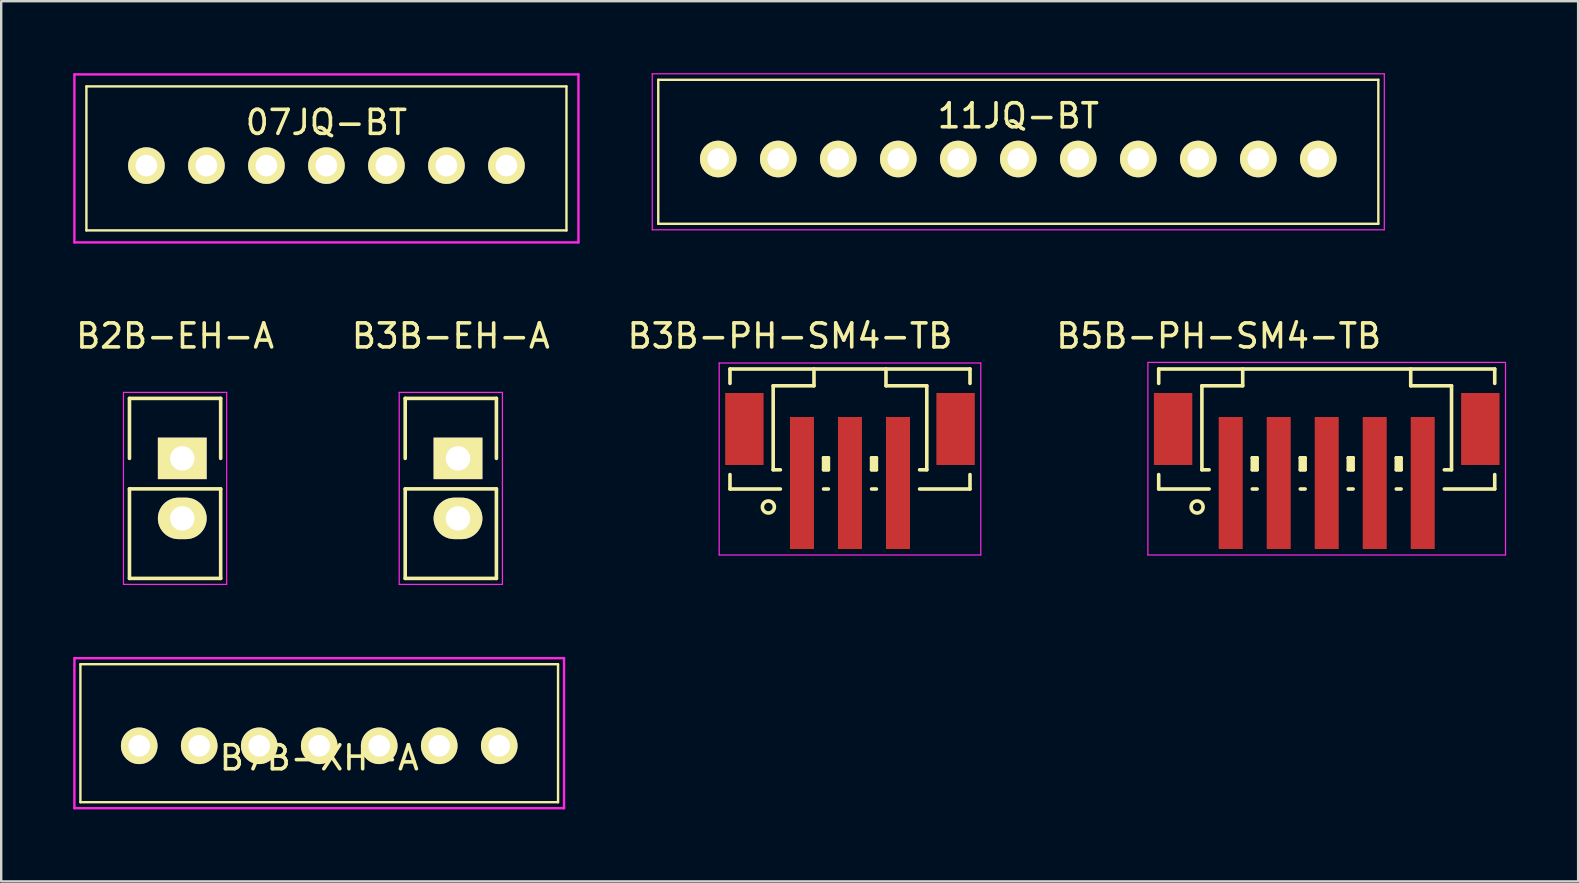
<source format=kicad_pcb>
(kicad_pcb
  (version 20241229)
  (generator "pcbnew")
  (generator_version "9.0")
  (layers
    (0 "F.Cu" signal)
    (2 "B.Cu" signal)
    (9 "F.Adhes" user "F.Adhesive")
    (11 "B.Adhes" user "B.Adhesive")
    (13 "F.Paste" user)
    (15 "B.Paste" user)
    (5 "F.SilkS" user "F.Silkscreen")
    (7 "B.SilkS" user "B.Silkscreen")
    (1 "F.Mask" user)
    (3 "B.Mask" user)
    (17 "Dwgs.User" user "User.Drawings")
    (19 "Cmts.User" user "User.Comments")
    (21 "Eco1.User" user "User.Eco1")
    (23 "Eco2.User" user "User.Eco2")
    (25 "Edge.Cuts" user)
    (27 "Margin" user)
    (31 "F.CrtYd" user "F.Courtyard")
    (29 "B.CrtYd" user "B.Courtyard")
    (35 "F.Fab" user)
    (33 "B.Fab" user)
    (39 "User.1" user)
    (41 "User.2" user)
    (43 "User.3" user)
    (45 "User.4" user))
  (footprint "B3B-PH-SM4-TB"
    (layer "F.Cu")
    (at 32.363 14.823)
    (property "Reference" "B3B-PH-SM4-TB" (at -2.5 -3.875 0) (layer "F.SilkS") (effects (font (size 1 1) (thickness 0.15))))
    (attr smd)
    (fp_line (start -5 -2.5) (end 5 -2.5) (stroke (width 0.15) (type solid)) (layer "F.SilkS"))
    (fp_line (start -5 -1.9) (end -5 -2.5) (stroke (width 0.15) (type solid)) (layer "F.SilkS"))
    (fp_line (start -5 1.9) (end -5 2.5) (stroke (width 0.15) (type solid)) (layer "F.SilkS"))
    (fp_line (start -5 2.5) (end -2.9 2.5) (stroke (width 0.15) (type solid)) (layer "F.SilkS"))
    (fp_line (start -3.2 -1.8) (end -3.2 1.7) (stroke (width 0.15) (type solid)) (layer "F.SilkS"))
    (fp_line (start -3.2 1.7) (end -2.9 1.7) (stroke (width 0.15) (type solid)) (layer "F.SilkS"))
    (fp_line (start -1.5 -2.5) (end -1.5 -1.8) (stroke (width 0.15) (type solid)) (layer "F.SilkS"))
    (fp_line (start -1.5 -1.8) (end -3.2 -1.8) (stroke (width 0.15) (type solid)) (layer "F.SilkS"))
    (fp_line (start -1.1 1.2) (end -0.9 1.2) (stroke (width 0.15) (type solid)) (layer "F.SilkS"))
    (fp_line (start -1.1 1.7) (end -1.1 1.2) (stroke (width 0.15) (type solid)) (layer "F.SilkS"))
    (fp_line (start -1.1 1.7) (end -0.9 1.7) (stroke (width 0.15) (type solid)) (layer "F.SilkS"))
    (fp_line (start -1.1 2.5) (end -0.9 2.5) (stroke (width 0.15) (type solid)) (layer "F.SilkS"))
    (fp_line (start -1 1.7) (end -1 1.2) (stroke (width 0.15) (type solid)) (layer "F.SilkS"))
    (fp_line (start -0.9 1.2) (end -0.9 1.7) (stroke (width 0.15) (type solid)) (layer "F.SilkS"))
    (fp_line (start 0.9 1.2) (end 1.1 1.2) (stroke (width 0.15) (type solid)) (layer "F.SilkS"))
    (fp_line (start 0.9 1.7) (end 0.9 1.2) (stroke (width 0.15) (type solid)) (layer "F.SilkS"))
    (fp_line (start 0.9 1.7) (end 1.1 1.7) (stroke (width 0.15) (type solid)) (layer "F.SilkS"))
    (fp_line (start 0.9 2.5) (end 1.1 2.5) (stroke (width 0.15) (type solid)) (layer "F.SilkS"))
    (fp_line (start 1 1.7) (end 1 1.2) (stroke (width 0.15) (type solid)) (layer "F.SilkS"))
    (fp_line (start 1.1 1.2) (end 1.1 1.7) (stroke (width 0.15) (type solid)) (layer "F.SilkS"))
    (fp_line (start 1.5 -2.5) (end 1.5 -1.8) (stroke (width 0.15) (type solid)) (layer "F.SilkS"))
    (fp_line (start 1.5 -1.8) (end 3.2 -1.8) (stroke (width 0.15) (type solid)) (layer "F.SilkS"))
    (fp_line (start 3.2 -1.8) (end 3.2 1.7) (stroke (width 0.15) (type solid)) (layer "F.SilkS"))
    (fp_line (start 3.2 1.7) (end 2.9 1.7) (stroke (width 0.15) (type solid)) (layer "F.SilkS"))
    (fp_line (start 5 -2.5) (end 5 -1.9) (stroke (width 0.15) (type solid)) (layer "F.SilkS"))
    (fp_line (start 5 1.9) (end 5 2.5) (stroke (width 0.15) (type solid)) (layer "F.SilkS"))
    (fp_line (start 5 2.5) (end 2.9 2.5) (stroke (width 0.15) (type solid)) (layer "F.SilkS"))
    (fp_circle (center -3.4 3.25) (end -3.15 3.25) (stroke (width 0.15) (type solid)) (fill no) (layer "F.SilkS"))
    (fp_line (start -5.45 -2.75) (end 5.45 -2.75) (stroke (width 0.05) (type solid)) (layer "F.CrtYd"))
    (fp_line (start -5.45 5.25) (end -5.45 -2.75) (stroke (width 0.05) (type solid)) (layer "F.CrtYd"))
    (fp_line (start 5.45 -2.75) (end 5.45 5.25) (stroke (width 0.05) (type solid)) (layer "F.CrtYd"))
    (fp_line (start 5.45 5.25) (end -5.45 5.25) (stroke (width 0.05) (type solid)) (layer "F.CrtYd"))
    (pad "" smd rect (at -4.4 0) (size 1.6 3) (layers "F.Cu" "F.Mask" "F.Paste"))
    (pad "" smd rect (at 4.4 0) (size 1.6 3) (layers "F.Cu" "F.Mask" "F.Paste"))
    (pad "1" smd rect (at -2 2.25) (size 1 5.5) (layers "F.Cu" "F.Mask" "F.Paste"))
    (pad "2" smd rect (at 0 2.25) (size 1 5.5) (layers "F.Cu" "F.Mask" "F.Paste"))
    (pad "3" smd rect (at 2 2.25) (size 1 5.5) (layers "F.Cu" "F.Mask" "F.Paste")))
  (footprint "B7B-XH-A"
    (layer "F.Cu")
    (at 10.25 27.498)
    (property "Reference" "B7B-XH-A" (at 0 1.025 0) (layer "F.SilkS") (effects (font (size 1 1) (thickness 0.15))))
    (attr through_hole)
    (fp_line (start -9.95 -2.875) (end 9.95 -2.875) (stroke (width 0.1) (type solid)) (layer "F.SilkS"))
    (fp_line (start -9.95 2.875) (end -9.95 -2.875) (stroke (width 0.1) (type solid)) (layer "F.SilkS"))
    (fp_line (start 9.95 -2.875) (end 9.95 2.875) (stroke (width 0.1) (type solid)) (layer "F.SilkS"))
    (fp_line (start 9.95 2.875) (end -9.95 2.875) (stroke (width 0.1) (type solid)) (layer "F.SilkS"))
    (fp_line (start -10.2 -3.125) (end 10.2 -3.125) (stroke (width 0.1) (type solid)) (layer "F.CrtYd"))
    (fp_line (start -10.2 3.125) (end -10.2 -3.125) (stroke (width 0.1) (type solid)) (layer "F.CrtYd"))
    (fp_line (start 10.2 -3.125) (end 10.2 3.125) (stroke (width 0.1) (type solid)) (layer "F.CrtYd"))
    (fp_line (start 10.2 3.125) (end -10.2 3.125) (stroke (width 0.1) (type solid)) (layer "F.CrtYd"))
    (pad "1" thru_hole circle (at -7.5 0.525) (size 1.524 1.524) (drill 0.9) (layers "*.Cu" "*.Mask" "F.SilkS"))
    (pad "2" thru_hole circle (at -5 0.525) (size 1.524 1.524) (drill 0.9) (layers "*.Cu" "*.Mask" "F.SilkS"))
    (pad "3" thru_hole circle (at -2.5 0.525) (size 1.524 1.524) (drill 0.9) (layers "*.Cu" "*.Mask" "F.SilkS"))
    (pad "4" thru_hole circle (at 0 0.525) (size 1.524 1.524) (drill 0.9) (layers "*.Cu" "*.Mask" "F.SilkS"))
    (pad "5" thru_hole circle (at 2.5 0.525) (size 1.524 1.524) (drill 0.9) (layers "*.Cu" "*.Mask" "F.SilkS"))
    (pad "6" thru_hole circle (at 5 0.525) (size 1.524 1.524) (drill 0.9) (layers "*.Cu" "*.Mask" "F.SilkS"))
    (pad "7" thru_hole circle (at 7.5 0.525) (size 1.524 1.524) (drill 0.9) (layers "*.Cu" "*.Mask" "F.SilkS")))
  (footprint "07JQ-BT"
    (layer "F.Cu")
    (at 10.55 3.55)
    (property "Reference" "07JQ-BT" (at 0 -1.5 0) (layer "F.SilkS") (effects (font (size 1 1) (thickness 0.15))))
    (attr through_hole)
    (fp_line (start -10 -3) (end 10 -3) (stroke (width 0.1) (type solid)) (layer "F.SilkS"))
    (fp_line (start -10 3) (end -10 -3) (stroke (width 0.1) (type solid)) (layer "F.SilkS"))
    (fp_line (start 10 -3) (end 10 3) (stroke (width 0.1) (type solid)) (layer "F.SilkS"))
    (fp_line (start 10 3) (end -10 3) (stroke (width 0.1) (type solid)) (layer "F.SilkS"))
    (fp_line (start -10.5 -3.5) (end 10.5 -3.5) (stroke (width 0.1) (type solid)) (layer "F.CrtYd"))
    (fp_line (start -10.5 3.5) (end -10.5 -3.5) (stroke (width 0.1) (type solid)) (layer "F.CrtYd"))
    (fp_line (start 10.5 -3.5) (end 10.5 3.5) (stroke (width 0.1) (type solid)) (layer "F.CrtYd"))
    (fp_line (start 10.5 3.5) (end -10.5 3.5) (stroke (width 0.1) (type solid)) (layer "F.CrtYd"))
    (pad "1" thru_hole circle (at -7.5 0.3) (size 1.524 1.524) (drill 0.9) (layers "*.Cu" "*.Mask" "F.SilkS"))
    (pad "2" thru_hole circle (at -5 0.3) (size 1.524 1.524) (drill 0.9) (layers "*.Cu" "*.Mask" "F.SilkS"))
    (pad "3" thru_hole circle (at -2.5 0.3) (size 1.524 1.524) (drill 0.9) (layers "*.Cu" "*.Mask" "F.SilkS"))
    (pad "4" thru_hole circle (at 0 0.3) (size 1.524 1.524) (drill 0.9) (layers "*.Cu" "*.Mask" "F.SilkS"))
    (pad "5" thru_hole circle (at 2.5 0.3) (size 1.524 1.524) (drill 0.9) (layers "*.Cu" "*.Mask" "F.SilkS"))
    (pad "6" thru_hole circle (at 5 0.3) (size 1.524 1.524) (drill 0.9) (layers "*.Cu" "*.Mask" "F.SilkS"))
    (pad "7" thru_hole circle (at 7.5 0.3) (size 1.524 1.524) (drill 0.9) (layers "*.Cu" "*.Mask" "F.SilkS")))
  (footprint "11JQ-BT"
    (layer "F.Cu")
    (at 39.375 3.275)
    (property "Reference" "11JQ-BT" (at 0 -1.5 0) (layer "F.SilkS") (effects (font (size 1 1) (thickness 0.15))))
    (attr through_hole)
    (fp_line (start -15 -3) (end 15 -3) (stroke (width 0.1) (type solid)) (layer "F.SilkS"))
    (fp_line (start -15 3) (end -15 -3) (stroke (width 0.1) (type solid)) (layer "F.SilkS"))
    (fp_line (start 15 -3) (end 15 3) (stroke (width 0.1) (type solid)) (layer "F.SilkS"))
    (fp_line (start 15 3) (end -15 3) (stroke (width 0.1) (type solid)) (layer "F.SilkS"))
    (fp_line (start -15.25 -3.25) (end 15.25 -3.25) (stroke (width 0.05) (type solid)) (layer "F.CrtYd"))
    (fp_line (start -15.25 3.25) (end -15.25 -3.25) (stroke (width 0.05) (type solid)) (layer "F.CrtYd"))
    (fp_line (start 15.25 -3.25) (end 15.25 3.25) (stroke (width 0.05) (type solid)) (layer "F.CrtYd"))
    (fp_line (start 15.25 3.25) (end -15.25 3.25) (stroke (width 0.05) (type solid)) (layer "F.CrtYd"))
    (pad "1" thru_hole circle (at -12.5 0.3) (size 1.524 1.524) (drill 0.9) (layers "*.Cu" "*.Mask" "F.SilkS"))
    (pad "2" thru_hole circle (at -10 0.3) (size 1.524 1.524) (drill 0.9) (layers "*.Cu" "*.Mask" "F.SilkS"))
    (pad "3" thru_hole circle (at -7.5 0.3) (size 1.524 1.524) (drill 0.9) (layers "*.Cu" "*.Mask" "F.SilkS"))
    (pad "4" thru_hole circle (at -5 0.3) (size 1.524 1.524) (drill 0.9) (layers "*.Cu" "*.Mask" "F.SilkS"))
    (pad "5" thru_hole circle (at -2.5 0.3) (size 1.524 1.524) (drill 0.9) (layers "*.Cu" "*.Mask" "F.SilkS"))
    (pad "6" thru_hole circle (at 0 0.3) (size 1.524 1.524) (drill 0.9) (layers "*.Cu" "*.Mask" "F.SilkS"))
    (pad "7" thru_hole circle (at 2.5 0.3) (size 1.524 1.524) (drill 0.9) (layers "*.Cu" "*.Mask" "F.SilkS"))
    (pad "8" thru_hole circle (at 5 0.3) (size 1.524 1.524) (drill 0.9) (layers "*.Cu" "*.Mask" "F.SilkS"))
    (pad "9" thru_hole circle (at 7.5 0.3) (size 1.524 1.524) (drill 0.9) (layers "*.Cu" "*.Mask" "F.SilkS"))
    (pad "10" thru_hole circle (at 10 0.3) (size 1.524 1.524) (drill 0.9) (layers "*.Cu" "*.Mask" "F.SilkS"))
    (pad "11" thru_hole circle (at 12.5 0.3) (size 1.524 1.524) (drill 0.9) (layers "*.Cu" "*.Mask" "F.SilkS")))
  (footprint "B3B-EH-A"
    (layer "F.Cu")
    (at 15.732 16.048)
    (property "Reference" "B3B-EH-A" (at 0 -5.1 0) (layer "F.SilkS") (effects (font (size 1 1) (thickness 0.15))))
    (attr through_hole)
    (fp_line (start -1.9 -2.5) (end 1.9 -2.5) (stroke (width 0.15) (type solid)) (layer "F.SilkS"))
    (fp_line (start -1.9 0) (end -1.9 -2.5) (stroke (width 0.15) (type solid)) (layer "F.SilkS"))
    (fp_line (start -1.9 5) (end -1.9 1.27) (stroke (width 0.15) (type solid)) (layer "F.SilkS"))
    (fp_line (start 1.9 -2.5) (end 1.9 0) (stroke (width 0.15) (type solid)) (layer "F.SilkS"))
    (fp_line (start 1.9 1.27) (end -1.9 1.27) (stroke (width 0.15) (type solid)) (layer "F.SilkS"))
    (fp_line (start 1.9 1.27) (end 1.9 5) (stroke (width 0.15) (type solid)) (layer "F.SilkS"))
    (fp_line (start 1.9 5) (end -1.9 5) (stroke (width 0.15) (type solid)) (layer "F.SilkS"))
    (fp_line (start -2.15 -2.75) (end -2.15 5.25) (stroke (width 0.05) (type solid)) (layer "F.CrtYd"))
    (fp_line (start -2.15 -2.75) (end 2.15 -2.75) (stroke (width 0.05) (type solid)) (layer "F.CrtYd"))
    (fp_line (start -2.15 5.25) (end 2.15 5.25) (stroke (width 0.05) (type solid)) (layer "F.CrtYd"))
    (fp_line (start 2.15 -2.75) (end 2.15 5.25) (stroke (width 0.05) (type solid)) (layer "F.CrtYd"))
    (pad "1" thru_hole rect (at 0.3 0) (size 2.032 1.727) (drill 1.016) (layers "*.Cu" "*.Mask" "F.SilkS"))
    (pad "2" thru_hole oval (at 0.3 2.5) (size 2.032 1.727) (drill 1.016) (layers "*.Cu" "*.Mask" "F.SilkS")))
  (footprint "B5B-PH-SM4-TB"
    (layer "F.Cu")
    (at 52.225 14.823)
    (property "Reference" "B5B-PH-SM4-TB" (at -4.5 -3.875 0) (layer "F.SilkS") (effects (font (size 1 1) (thickness 0.15))))
    (attr smd)
    (fp_line (start -7 -2.5) (end 7 -2.5) (stroke (width 0.15) (type solid)) (layer "F.SilkS"))
    (fp_line (start -7 -1.9) (end -7 -2.5) (stroke (width 0.15) (type solid)) (layer "F.SilkS"))
    (fp_line (start -7 1.9) (end -7 2.5) (stroke (width 0.15) (type solid)) (layer "F.SilkS"))
    (fp_line (start -7 2.5) (end -4.9 2.5) (stroke (width 0.15) (type solid)) (layer "F.SilkS"))
    (fp_line (start -5.2 -1.8) (end -5.2 1.7) (stroke (width 0.15) (type solid)) (layer "F.SilkS"))
    (fp_line (start -5.2 1.7) (end -4.9 1.7) (stroke (width 0.15) (type solid)) (layer "F.SilkS"))
    (fp_line (start -3.5 -2.5) (end -3.5 -1.8) (stroke (width 0.15) (type solid)) (layer "F.SilkS"))
    (fp_line (start -3.5 -1.8) (end -5.2 -1.8) (stroke (width 0.15) (type solid)) (layer "F.SilkS"))
    (fp_line (start -3.1 1.2) (end -2.9 1.2) (stroke (width 0.15) (type solid)) (layer "F.SilkS"))
    (fp_line (start -3.1 1.7) (end -3.1 1.2) (stroke (width 0.15) (type solid)) (layer "F.SilkS"))
    (fp_line (start -3.1 1.7) (end -2.9 1.7) (stroke (width 0.15) (type solid)) (layer "F.SilkS"))
    (fp_line (start -3.1 2.5) (end -2.9 2.5) (stroke (width 0.15) (type solid)) (layer "F.SilkS"))
    (fp_line (start -3 1.7) (end -3 1.2) (stroke (width 0.15) (type solid)) (layer "F.SilkS"))
    (fp_line (start -2.9 1.2) (end -2.9 1.7) (stroke (width 0.15) (type solid)) (layer "F.SilkS"))
    (fp_line (start -1.1 1.2) (end -0.9 1.2) (stroke (width 0.15) (type solid)) (layer "F.SilkS"))
    (fp_line (start -1.1 1.7) (end -1.1 1.2) (stroke (width 0.15) (type solid)) (layer "F.SilkS"))
    (fp_line (start -1.1 1.7) (end -0.9 1.7) (stroke (width 0.15) (type solid)) (layer "F.SilkS"))
    (fp_line (start -1.1 2.5) (end -0.9 2.5) (stroke (width 0.15) (type solid)) (layer "F.SilkS"))
    (fp_line (start -1 1.7) (end -1 1.2) (stroke (width 0.15) (type solid)) (layer "F.SilkS"))
    (fp_line (start -0.9 1.2) (end -0.9 1.7) (stroke (width 0.15) (type solid)) (layer "F.SilkS"))
    (fp_line (start 0.9 1.2) (end 1.1 1.2) (stroke (width 0.15) (type solid)) (layer "F.SilkS"))
    (fp_line (start 0.9 1.7) (end 0.9 1.2) (stroke (width 0.15) (type solid)) (layer "F.SilkS"))
    (fp_line (start 0.9 1.7) (end 1.1 1.7) (stroke (width 0.15) (type solid)) (layer "F.SilkS"))
    (fp_line (start 0.9 2.5) (end 1.1 2.5) (stroke (width 0.15) (type solid)) (layer "F.SilkS"))
    (fp_line (start 1 1.7) (end 1 1.2) (stroke (width 0.15) (type solid)) (layer "F.SilkS"))
    (fp_line (start 1.1 1.2) (end 1.1 1.7) (stroke (width 0.15) (type solid)) (layer "F.SilkS"))
    (fp_line (start 2.9 1.2) (end 3.1 1.2) (stroke (width 0.15) (type solid)) (layer "F.SilkS"))
    (fp_line (start 2.9 1.7) (end 2.9 1.2) (stroke (width 0.15) (type solid)) (layer "F.SilkS"))
    (fp_line (start 2.9 1.7) (end 3.1 1.7) (stroke (width 0.15) (type solid)) (layer "F.SilkS"))
    (fp_line (start 2.9 2.5) (end 3.1 2.5) (stroke (width 0.15) (type solid)) (layer "F.SilkS"))
    (fp_line (start 3 1.7) (end 3 1.2) (stroke (width 0.15) (type solid)) (layer "F.SilkS"))
    (fp_line (start 3.1 1.2) (end 3.1 1.7) (stroke (width 0.15) (type solid)) (layer "F.SilkS"))
    (fp_line (start 3.5 -2.5) (end 3.5 -1.8) (stroke (width 0.15) (type solid)) (layer "F.SilkS"))
    (fp_line (start 3.5 -1.8) (end 5.2 -1.8) (stroke (width 0.15) (type solid)) (layer "F.SilkS"))
    (fp_line (start 5.2 -1.8) (end 5.2 1.7) (stroke (width 0.15) (type solid)) (layer "F.SilkS"))
    (fp_line (start 5.2 1.7) (end 4.9 1.7) (stroke (width 0.15) (type solid)) (layer "F.SilkS"))
    (fp_line (start 7 -2.5) (end 7 -1.9) (stroke (width 0.15) (type solid)) (layer "F.SilkS"))
    (fp_line (start 7 1.9) (end 7 2.5) (stroke (width 0.15) (type solid)) (layer "F.SilkS"))
    (fp_line (start 7 2.5) (end 4.9 2.5) (stroke (width 0.15) (type solid)) (layer "F.SilkS"))
    (fp_circle (center -5.4 3.25) (end -5.15 3.25) (stroke (width 0.15) (type solid)) (fill no) (layer "F.SilkS"))
    (fp_line (start -7.45 -2.775) (end 7.45 -2.775) (stroke (width 0.05) (type solid)) (layer "F.CrtYd"))
    (fp_line (start -7.45 5.25) (end -7.45 -2.75) (stroke (width 0.05) (type solid)) (layer "F.CrtYd"))
    (fp_line (start 7.45 -2.75) (end 7.45 5.25) (stroke (width 0.05) (type solid)) (layer "F.CrtYd"))
    (fp_line (start 7.45 5.25) (end -7.45 5.25) (stroke (width 0.05) (type solid)) (layer "F.CrtYd"))
    (pad "" smd rect (at -6.4 0) (size 1.6 3) (layers "F.Cu" "F.Mask" "F.Paste"))
    (pad "" smd rect (at 6.4 0) (size 1.6 3) (layers "F.Cu" "F.Mask" "F.Paste"))
    (pad "1" smd rect (at -4 2.25) (size 1 5.5) (layers "F.Cu" "F.Mask" "F.Paste"))
    (pad "2" smd rect (at -2 2.25) (size 1 5.5) (layers "F.Cu" "F.Mask" "F.Paste"))
    (pad "3" smd rect (at 0 2.25) (size 1 5.5) (layers "F.Cu" "F.Mask" "F.Paste"))
    (pad "4" smd rect (at 2 2.25) (size 1 5.5) (layers "F.Cu" "F.Mask" "F.Paste"))
    (pad "5" smd rect (at 4 2.25) (size 1 5.5) (layers "F.Cu" "F.Mask" "F.Paste")))
  (footprint "B2B-EH-A"
    (layer "F.Cu")
    (at 4.244 17.298)
    (property "Reference" "B2B-EH-A" (at 0 -6.35 0) (layer "F.SilkS") (effects (font (size 1 1) (thickness 0.15))))
    (attr through_hole)
    (fp_line (start -1.9 -3.75) (end 1.9 -3.75) (stroke (width 0.15) (type solid)) (layer "F.SilkS"))
    (fp_line (start -1.9 -1.25) (end -1.9 -3.75) (stroke (width 0.15) (type solid)) (layer "F.SilkS"))
    (fp_line (start -1.9 3.75) (end -1.9 0.02) (stroke (width 0.15) (type solid)) (layer "F.SilkS"))
    (fp_line (start 1.9 -3.75) (end 1.9 -1.25) (stroke (width 0.15) (type solid)) (layer "F.SilkS"))
    (fp_line (start 1.9 0.02) (end -1.9 0.02) (stroke (width 0.15) (type solid)) (layer "F.SilkS"))
    (fp_line (start 1.9 0.02) (end 1.9 3.75) (stroke (width 0.15) (type solid)) (layer "F.SilkS"))
    (fp_line (start 1.9 3.75) (end -1.9 3.75) (stroke (width 0.15) (type solid)) (layer "F.SilkS"))
    (fp_line (start -2.15 -4) (end -2.15 4) (stroke (width 0.05) (type solid)) (layer "F.CrtYd"))
    (fp_line (start -2.15 -4) (end 2.15 -4) (stroke (width 0.05) (type solid)) (layer "F.CrtYd"))
    (fp_line (start -2.15 4) (end 2.15 4) (stroke (width 0.05) (type solid)) (layer "F.CrtYd"))
    (fp_line (start 2.15 -4) (end 2.15 4) (stroke (width 0.05) (type solid)) (layer "F.CrtYd"))
    (pad "1" thru_hole rect (at 0.3 -1.25) (size 2.032 1.727) (drill 1.016) (layers "*.Cu" "*.Mask" "F.SilkS"))
    (pad "2" thru_hole oval (at 0.3 1.25) (size 2.032 1.727) (drill 1.016) (layers "*.Cu" "*.Mask" "F.SilkS")))
  (gr_rect
    (start -3 -3)
    (end 62.7 33.673)
    (stroke (width 0.1) (type default))
    (fill no)
    (layer "Edge.Cuts")))
</source>
